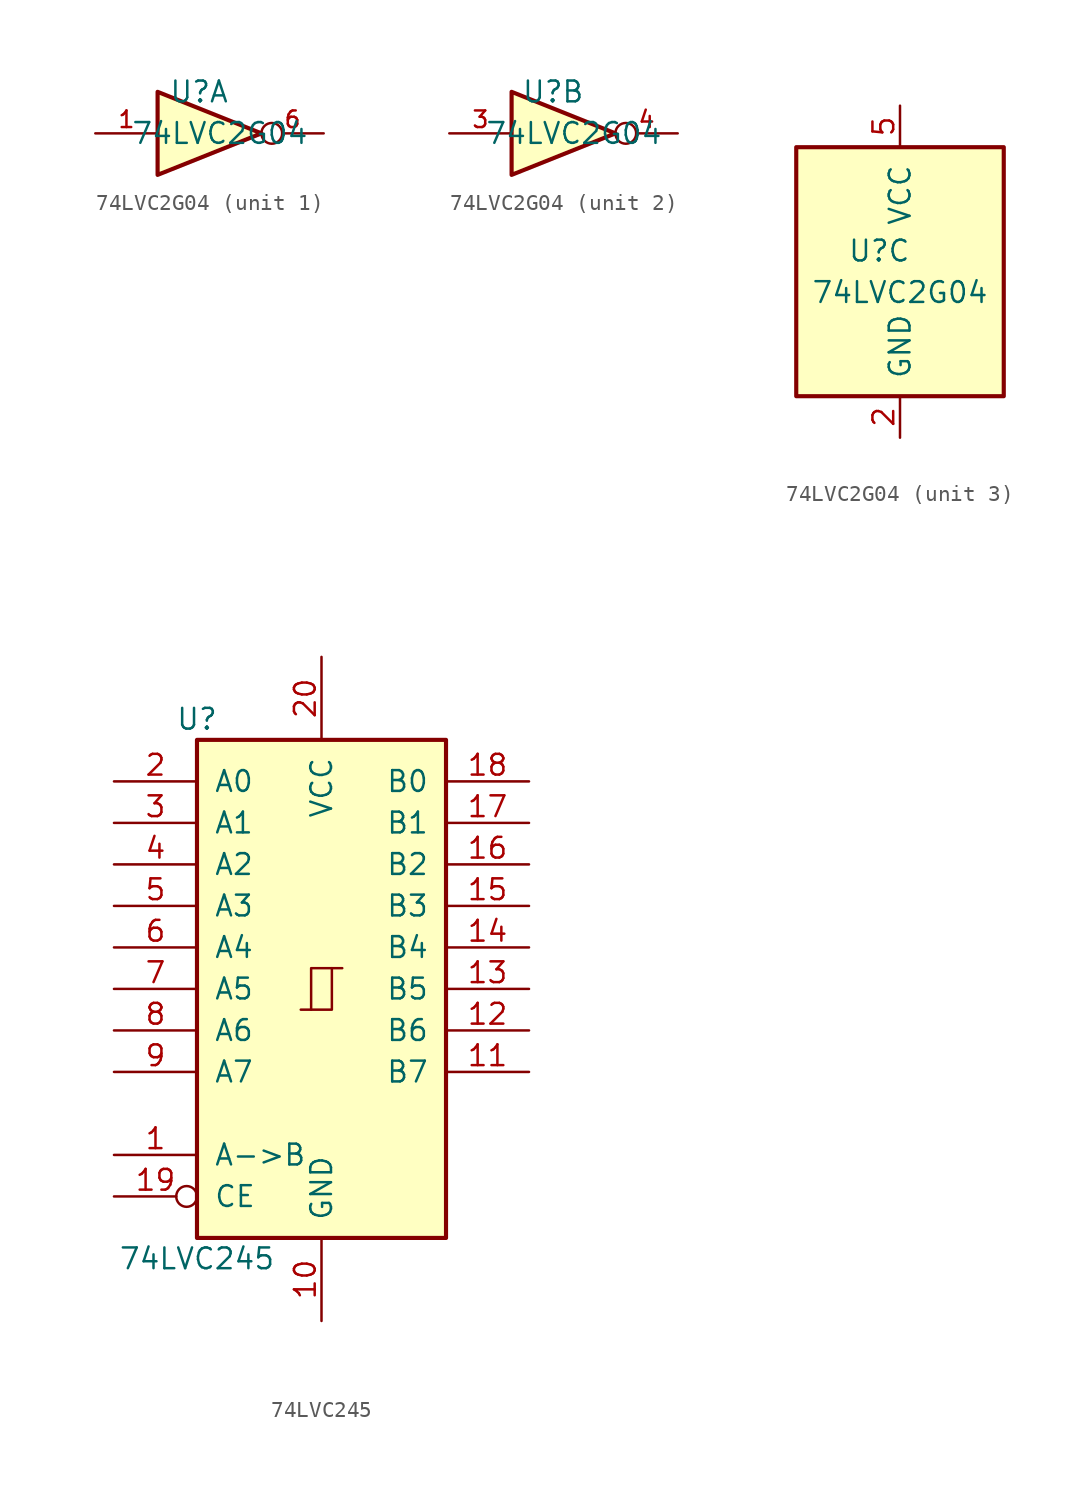
<source format=kicad_sym>
(kicad_symbol_lib
  (version 20211014)
  (generator kicad_symbol_editor)
  (symbol "74LVC2G04"
    (pin_names
      (offset 1.016))
    (property "Reference" "U"
      (at -1.27 2.54 0)
      (effects (font (size 1.27 1.27))))
    (property "Value" "74LVC2G04"
      (at 0 0 0)
      (effects (font (size 1.27 1.27))))
    (property "ki_locked" ""
      (at 0 0 0)
      (effects (font (size 1.27 1.27))))
    (symbol "74LVC2G04_1_1"
      (polyline (pts (xy -3.81 2.54) (xy -3.81 -2.54) (xy 2.54 0) (xy -3.81 2.54)) (stroke (width 0.254) (type default) (color 0 0 0 0)) (fill (type background)))
      (pin input line (at -7.62 0 0) (length 3.81) (name "~" (effects (font (size 1.016 1.016)))) (number "1" (effects (font (size 1.016 1.016)))))
      (pin output inverted (at 6.35 0 180) (length 3.81) (name "~" (effects (font (size 1.016 1.016)))) (number "6" (effects (font (size 1.016 1.016))))))
    (symbol "74LVC2G04_2_1"
      (polyline (pts (xy -3.81 2.54) (xy -3.81 -2.54) (xy 2.54 0) (xy -3.81 2.54)) (stroke (width 0.254) (type default) (color 0 0 0 0)) (fill (type background)))
      (pin input line (at -7.62 0 0) (length 3.81) (name "~" (effects (font (size 1.016 1.016)))) (number "3" (effects (font (size 1.016 1.016)))))
      (pin output inverted (at 6.35 0 180) (length 3.81) (name "~" (effects (font (size 1.016 1.016)))) (number "4" (effects (font (size 1.016 1.016))))))
    (symbol "74LVC2G04_3_1"
      (rectangle (start -6.35 8.89) (end 6.35 -6.35) (stroke (width 0.254) (type default) (color 0 0 0 0)) (fill (type background)))
      (pin power_in line (at 0 -8.89 90) (length 2.54) (name "GND" (effects (font (size 1.27 1.27)))) (number "2" (effects (font (size 1.27 1.27)))))
      (pin power_in line (at 0 11.43 270) (length 2.54) (name "VCC" (effects (font (size 1.27 1.27)))) (number "5" (effects (font (size 1.27 1.27)))))))
  (symbol "74LVC245"
    (pin_names
      (offset 1.016))
    (property "Reference" "U"
      (at -7.62 16.51 0)
      (effects (font (size 1.27 1.27))))
    (property "Value" "74LVC245"
      (at -7.62 -16.51 0)
      (effects (font (size 1.27 1.27))))
    (property "ki_locked" ""
      (at 0 0 0)
      (effects (font (size 1.27 1.27))))
    (symbol "74LVC245_1_0"
      (polyline (pts (xy -0.635 -1.27) (xy -0.635 1.27) (xy 0.635 1.27)) (stroke (width 0) (type default) (color 0 0 0 0)) (fill (type none)))
      (polyline (pts (xy -1.27 -1.27) (xy 0.635 -1.27) (xy 0.635 1.27) (xy 1.27 1.27)) (stroke (width 0) (type default) (color 0 0 0 0)) (fill (type none)))
      (pin input line (at -12.7 -10.16 0) (length 5.08) (name "A->B" (effects (font (size 1.27 1.27)))) (number "1" (effects (font (size 1.27 1.27)))))
      (pin power_in line (at 0 -20.32 90) (length 5.08) (name "GND" (effects (font (size 1.27 1.27)))) (number "10" (effects (font (size 1.27 1.27)))))
      (pin output line (at 12.7 -5.08 180) (length 5.08) (name "B7" (effects (font (size 1.27 1.27)))) (number "11" (effects (font (size 1.27 1.27)))))
      (pin output line (at 12.7 -2.54 180) (length 5.08) (name "B6" (effects (font (size 1.27 1.27)))) (number "12" (effects (font (size 1.27 1.27)))))
      (pin output line (at 12.7 0 180) (length 5.08) (name "B5" (effects (font (size 1.27 1.27)))) (number "13" (effects (font (size 1.27 1.27)))))
      (pin output line (at 12.7 2.54 180) (length 5.08) (name "B4" (effects (font (size 1.27 1.27)))) (number "14" (effects (font (size 1.27 1.27)))))
      (pin output line (at 12.7 5.08 180) (length 5.08) (name "B3" (effects (font (size 1.27 1.27)))) (number "15" (effects (font (size 1.27 1.27)))))
      (pin output line (at 12.7 7.62 180) (length 5.08) (name "B2" (effects (font (size 1.27 1.27)))) (number "16" (effects (font (size 1.27 1.27)))))
      (pin output line (at 12.7 10.16 180) (length 5.08) (name "B1" (effects (font (size 1.27 1.27)))) (number "17" (effects (font (size 1.27 1.27)))))
      (pin output line (at 12.7 12.7 180) (length 5.08) (name "B0" (effects (font (size 1.27 1.27)))) (number "18" (effects (font (size 1.27 1.27)))))
      (pin input inverted (at -12.7 -12.7 0) (length 5.08) (name "CE" (effects (font (size 1.27 1.27)))) (number "19" (effects (font (size 1.27 1.27)))))
      (pin input line (at -12.7 12.7 0) (length 5.08) (name "A0" (effects (font (size 1.27 1.27)))) (number "2" (effects (font (size 1.27 1.27)))))
      (pin power_in line (at 0 20.32 270) (length 5.08) (name "VCC" (effects (font (size 1.27 1.27)))) (number "20" (effects (font (size 1.27 1.27)))))
      (pin input line (at -12.7 10.16 0) (length 5.08) (name "A1" (effects (font (size 1.27 1.27)))) (number "3" (effects (font (size 1.27 1.27)))))
      (pin input line (at -12.7 7.62 0) (length 5.08) (name "A2" (effects (font (size 1.27 1.27)))) (number "4" (effects (font (size 1.27 1.27)))))
      (pin input line (at -12.7 5.08 0) (length 5.08) (name "A3" (effects (font (size 1.27 1.27)))) (number "5" (effects (font (size 1.27 1.27)))))
      (pin input line (at -12.7 2.54 0) (length 5.08) (name "A4" (effects (font (size 1.27 1.27)))) (number "6" (effects (font (size 1.27 1.27)))))
      (pin input line (at -12.7 0 0) (length 5.08) (name "A5" (effects (font (size 1.27 1.27)))) (number "7" (effects (font (size 1.27 1.27)))))
      (pin input line (at -12.7 -2.54 0) (length 5.08) (name "A6" (effects (font (size 1.27 1.27)))) (number "8" (effects (font (size 1.27 1.27)))))
      (pin input line (at -12.7 -5.08 0) (length 5.08) (name "A7" (effects (font (size 1.27 1.27)))) (number "9" (effects (font (size 1.27 1.27))))))
    (symbol "74LVC245_1_1"
      (rectangle (start -7.62 15.24) (end 7.62 -15.24) (stroke (width 0.254) (type default) (color 0 0 0 0)) (fill (type background))))))
</source>
